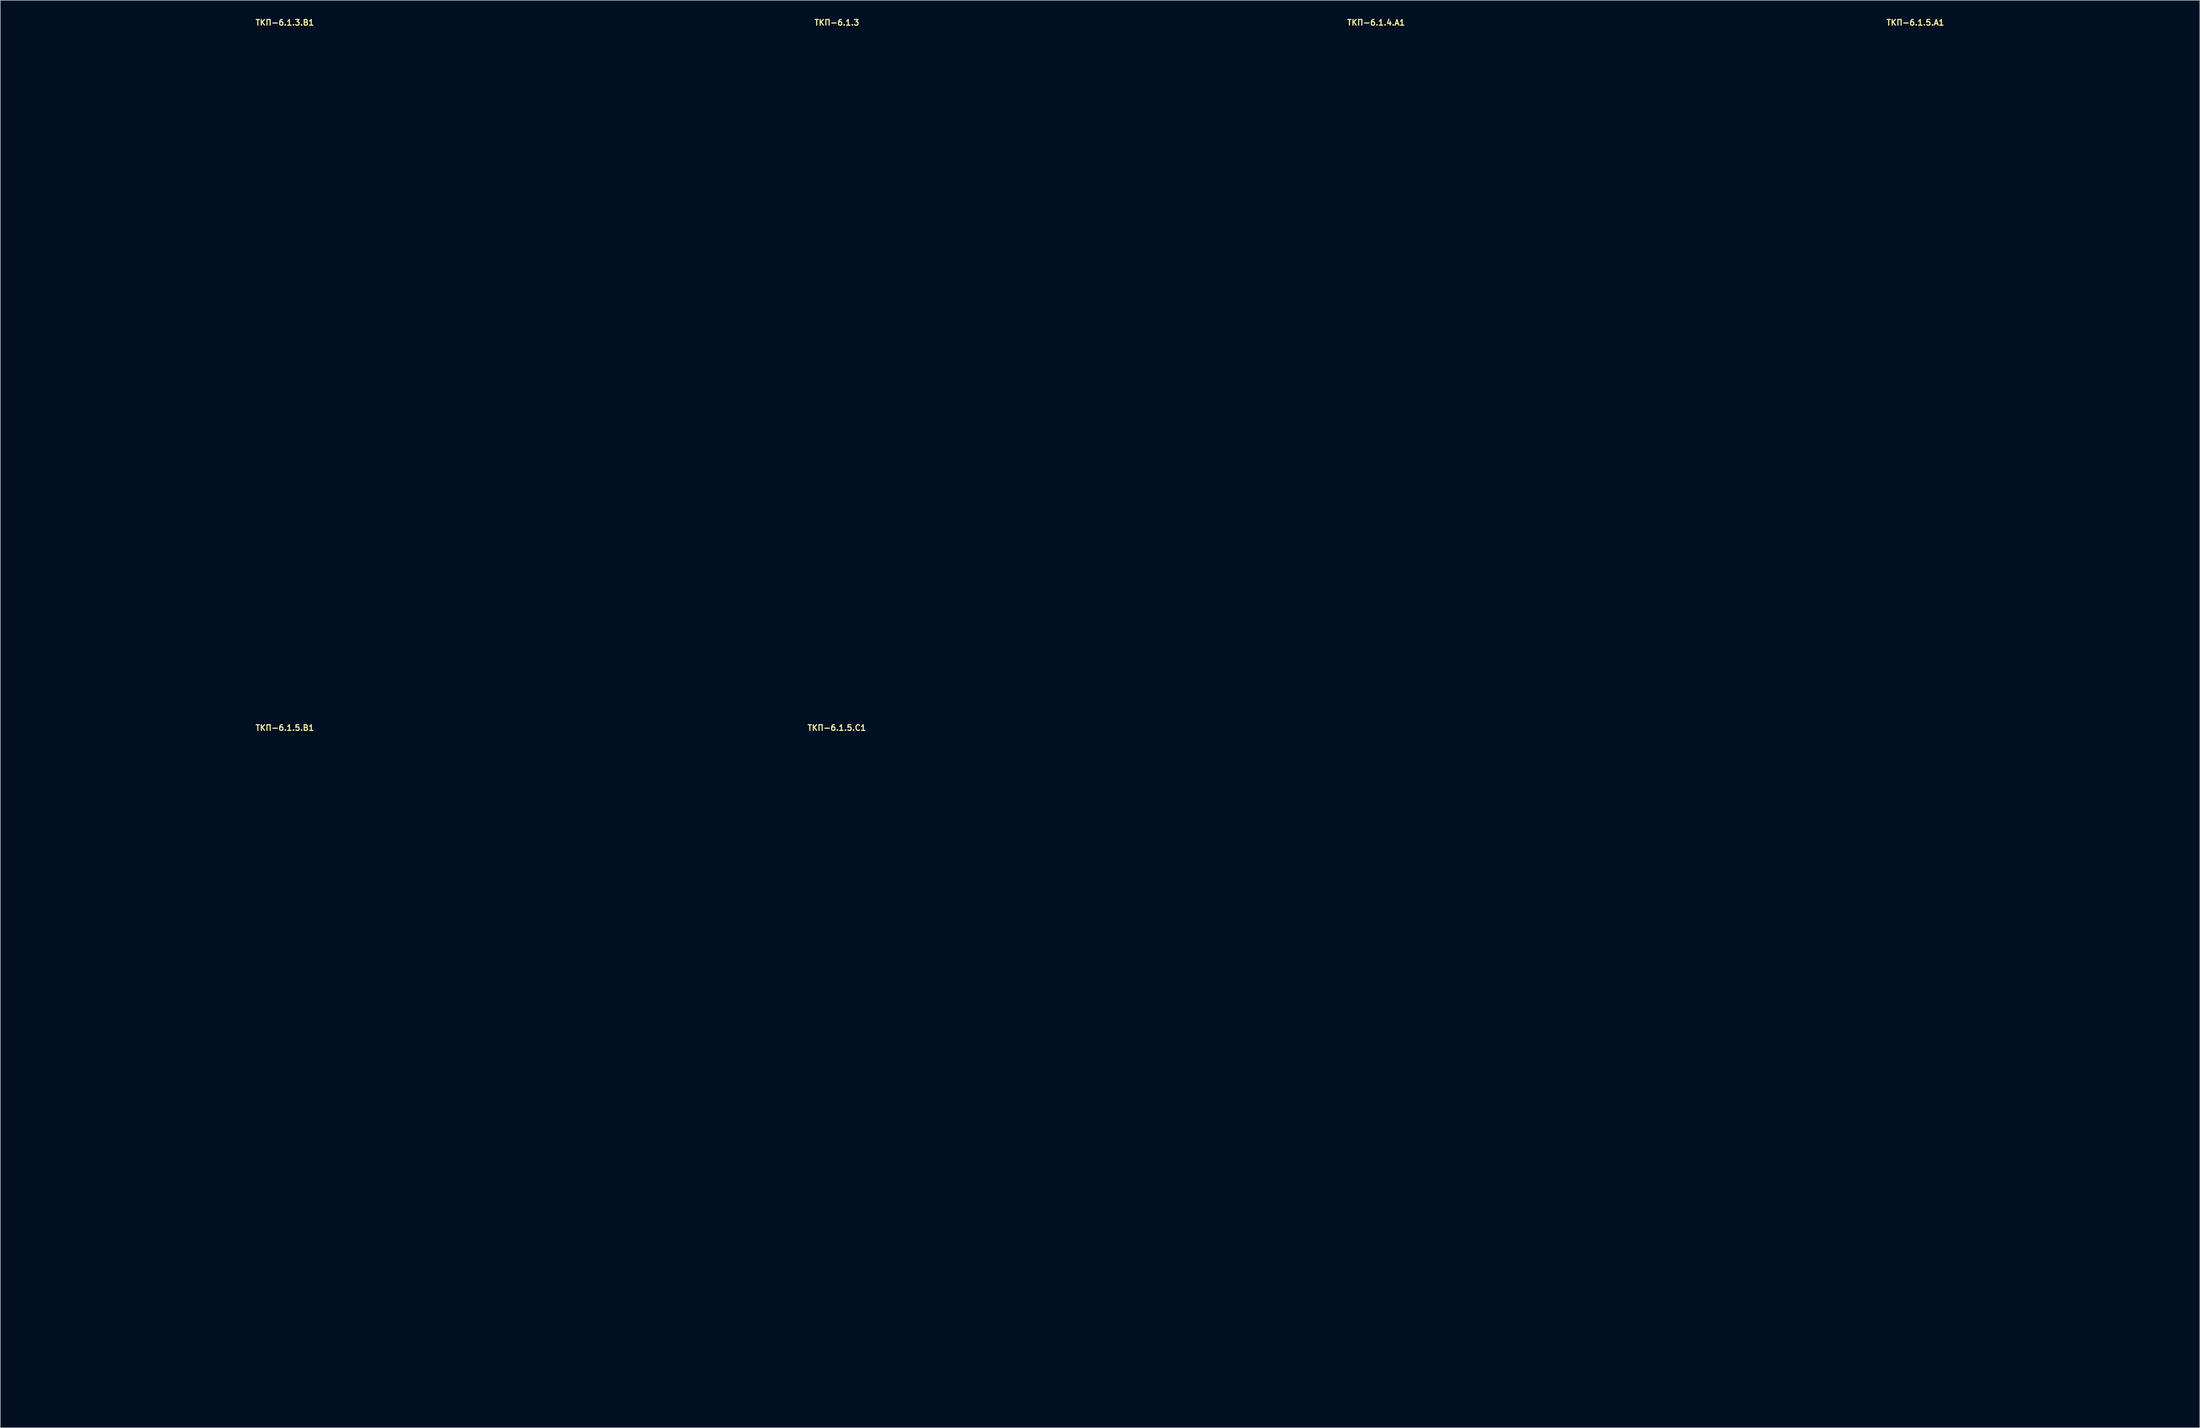
<source format=kicad_pcb>
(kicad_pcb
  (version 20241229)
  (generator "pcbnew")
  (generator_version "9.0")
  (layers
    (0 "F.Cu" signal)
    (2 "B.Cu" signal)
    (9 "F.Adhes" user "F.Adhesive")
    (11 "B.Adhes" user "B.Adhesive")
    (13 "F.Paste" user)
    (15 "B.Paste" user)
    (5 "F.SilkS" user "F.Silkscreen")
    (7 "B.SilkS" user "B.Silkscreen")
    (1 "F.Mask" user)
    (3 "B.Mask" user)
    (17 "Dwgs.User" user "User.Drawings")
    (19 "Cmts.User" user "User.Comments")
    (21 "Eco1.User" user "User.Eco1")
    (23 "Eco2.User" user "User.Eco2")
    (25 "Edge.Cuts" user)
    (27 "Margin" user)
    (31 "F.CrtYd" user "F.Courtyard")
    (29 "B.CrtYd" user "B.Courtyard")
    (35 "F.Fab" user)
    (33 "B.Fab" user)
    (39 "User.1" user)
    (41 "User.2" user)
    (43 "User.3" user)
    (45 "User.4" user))
  (footprint "ТКП-6.1.4.A1"
    (layer "F.Cu")
    (at 239.75 59.229)
    (property "Reference" "ТКП-6.1.4.A1" (at 0 -58.293 0) (layer "F.SilkS") (effects (font (size 1 1) (thickness 0.2))))
    (attr through_hole)
    (fp_line (start -44.75 -54.25) (end -44.75 14.29) (stroke (width 0.4) (type solid)) (layer "Eco1.User"))
    (fp_line (start -41.5 -57.5) (end 41.5 -57.5) (stroke (width 0.4) (type solid)) (layer "Eco1.User"))
    (fp_line (start -41.5 17.54) (end 41.5 17.54) (stroke (width 0.4) (type solid)) (layer "Eco1.User"))
    (fp_line (start 44.75 -54.25) (end 44.75 14.29) (stroke (width 0.4) (type solid)) (layer "Eco1.User"))
    (fp_arc (start -44.75 -54.25) (mid -43.798097 -56.548097) (end -41.5 -57.5) (stroke (width 0.4) (type solid)) (layer "Eco1.User"))
    (fp_arc (start -41.5 17.54) (mid -43.798097 16.588097) (end -44.75 14.29) (stroke (width 0.4) (type solid)) (layer "Eco1.User"))
    (fp_arc (start 41.5 -57.5) (mid 43.798097 -56.548097) (end 44.75 -54.25) (stroke (width 0.4) (type solid)) (layer "Eco1.User"))
    (fp_arc (start 44.75 14.29) (mid 43.798097 16.588097) (end 41.5 17.54) (stroke (width 0.4) (type solid)) (layer "Eco1.User"))
    (fp_circle (center -33.02 -31.55) (end -29.42 -31.55) (stroke (width 0.4) (type solid)) (fill no) (layer "Eco1.User"))
    (fp_circle (center -29.21 -52.07) (end -27.71 -52.07) (stroke (width 0.4) (type solid)) (fill no) (layer "Eco1.User"))
    (fp_circle (center -19.05 10.36) (end -17.55 10.36) (stroke (width 0.4) (type solid)) (fill no) (layer "Eco1.User"))
    (fp_circle (center -16.51 -10.16) (end -12.51 -10.16) (stroke (width 0.4) (type solid)) (fill no) (layer "Eco1.User"))
    (fp_circle (center -8.89 -52.07) (end -7.39 -52.07) (stroke (width 0.4) (type solid)) (fill no) (layer "Eco1.User"))
    (fp_circle (center 0 -31.55) (end 3.6 -31.55) (stroke (width 0.4) (type solid)) (fill no) (layer "Eco1.User"))
    (fp_circle (center 8.89 -52.07) (end 10.39 -52.07) (stroke (width 0.4) (type solid)) (fill no) (layer "Eco1.User"))
    (fp_circle (center 19.05 10.36) (end 20.55 10.36) (stroke (width 0.4) (type solid)) (fill no) (layer "Eco1.User"))
    (fp_circle (center 29.21 -52.07) (end 30.71 -52.07) (stroke (width 0.4) (type solid)) (fill no) (layer "Eco1.User"))
    (fp_circle (center 33.02 -31.55) (end 36.62 -31.55) (stroke (width 0.4) (type solid)) (fill no) (layer "Eco1.User")))
  (footprint "ТКП-6.1.5.B1"
    (layer "F.Cu")
    (at 47.2 185.98)
    (property "Reference" "ТКП-6.1.5.B1" (at 0 -60.579 0) (layer "F.SilkS") (effects (font (size 1 1) (thickness 0.2))))
    (attr through_hole)
    (fp_line (start -47 -56.65) (end -47 56.65) (stroke (width 0.4) (type solid)) (layer "Eco1.User"))
    (fp_line (start -43.9 -59.75) (end 43.9 -59.75) (stroke (width 0.4) (type solid)) (layer "Eco1.User"))
    (fp_line (start -43.9 59.75) (end 43.9 59.75) (stroke (width 0.4) (type solid)) (layer "Eco1.User"))
    (fp_line (start 47 -56.65) (end 47 56.65) (stroke (width 0.4) (type solid)) (layer "Eco1.User"))
    (fp_arc (start -47 -56.65) (mid -46.092031 -58.842031) (end -43.9 -59.75) (stroke (width 0.4) (type solid)) (layer "Eco1.User"))
    (fp_arc (start -43.9 59.75) (mid -46.092031 58.842031) (end -47 56.65) (stroke (width 0.4) (type solid)) (layer "Eco1.User"))
    (fp_arc (start 43.9 -59.75) (mid 46.092031 -58.842031) (end 47 -56.65) (stroke (width 0.4) (type solid)) (layer "Eco1.User"))
    (fp_arc (start 47 56.65) (mid 46.092031 58.842031) (end 43.9 59.75) (stroke (width 0.4) (type solid)) (layer "Eco1.User"))
    (fp_circle (center -39.37 -5.08) (end -37.87 -5.08) (stroke (width 0.4) (type solid)) (fill no) (layer "Eco1.User"))
    (fp_circle (center -38.6 -51.35) (end -36.6 -51.35) (stroke (width 0.4) (type solid)) (fill no) (layer "Eco1.User"))
    (fp_circle (center -38.6 51.35) (end -36.6 51.35) (stroke (width 0.4) (type solid)) (fill no) (layer "Eco1.User"))
    (fp_circle (center -33.02 -31.55) (end -29.42 -31.55) (stroke (width 0.4) (type solid)) (fill no) (layer "Eco1.User"))
    (fp_circle (center -29.21 -52.07) (end -27.71 -52.07) (stroke (width 0.4) (type solid)) (fill no) (layer "Eco1.User"))
    (fp_circle (center -26.67 -5.08) (end -23.67 -5.08) (stroke (width 0.4) (type solid)) (fill no) (layer "Eco1.User"))
    (fp_circle (center -8.89 -52.07) (end -7.39 -52.07) (stroke (width 0.4) (type solid)) (fill no) (layer "Eco1.User"))
    (fp_circle (center 0 -31.55) (end 3.6 -31.55) (stroke (width 0.4) (type solid)) (fill no) (layer "Eco1.User"))
    (fp_circle (center 0 -5.08) (end 3 -5.08) (stroke (width 0.4) (type solid)) (fill no) (layer "Eco1.User"))
    (fp_circle (center 0 13.97) (end 2.65 13.97) (stroke (width 0.4) (type solid)) (fill no) (layer "Eco1.User"))
    (fp_circle (center 0 29.21) (end 6 29.21) (stroke (width 0.4) (type solid)) (fill no) (layer "Eco1.User"))
    (fp_circle (center 8.89 -52.07) (end 10.39 -52.07) (stroke (width 0.4) (type solid)) (fill no) (layer "Eco1.User"))
    (fp_circle (center 26.67 -5.08) (end 29.67 -5.08) (stroke (width 0.4) (type solid)) (fill no) (layer "Eco1.User"))
    (fp_circle (center 29.21 -52.07) (end 30.71 -52.07) (stroke (width 0.4) (type solid)) (fill no) (layer "Eco1.User"))
    (fp_circle (center 33.02 -31.55) (end 36.62 -31.55) (stroke (width 0.4) (type solid)) (fill no) (layer "Eco1.User"))
    (fp_circle (center 38.6 -51.35) (end 40.6 -51.35) (stroke (width 0.4) (type solid)) (fill no) (layer "Eco1.User"))
    (fp_circle (center 38.6 51.35) (end 40.6 51.35) (stroke (width 0.4) (type solid)) (fill no) (layer "Eco1.User"))
    (fp_circle (center 39.37 -5.08) (end 40.87 -5.08) (stroke (width 0.4) (type solid)) (fill no) (layer "Eco1.User")))
  (footprint "ТКП-6.1.5.C1"
    (layer "F.Cu")
    (at 144.6 185.98)
    (property "Reference" "ТКП-6.1.5.C1" (at 0 -60.579 0) (layer "F.SilkS") (effects (font (size 1 1) (thickness 0.2))))
    (attr through_hole)
    (fp_line (start -47 -56.65) (end -47 56.65) (stroke (width 0.4) (type solid)) (layer "Eco1.User"))
    (fp_line (start -43.9 -59.75) (end 43.9 -59.75) (stroke (width 0.4) (type solid)) (layer "Eco1.User"))
    (fp_line (start -43.9 59.75) (end 43.9 59.75) (stroke (width 0.4) (type solid)) (layer "Eco1.User"))
    (fp_line (start 47 -56.65) (end 47 56.65) (stroke (width 0.4) (type solid)) (layer "Eco1.User"))
    (fp_arc (start -47 -56.65) (mid -46.092031 -58.842031) (end -43.9 -59.75) (stroke (width 0.4) (type solid)) (layer "Eco1.User"))
    (fp_arc (start -43.9 59.75) (mid -46.092031 58.842031) (end -47 56.65) (stroke (width 0.4) (type solid)) (layer "Eco1.User"))
    (fp_arc (start 43.9 -59.75) (mid 46.092031 -58.842031) (end 47 -56.65) (stroke (width 0.4) (type solid)) (layer "Eco1.User"))
    (fp_arc (start 47 56.65) (mid 46.092031 58.842031) (end 43.9 59.75) (stroke (width 0.4) (type solid)) (layer "Eco1.User"))
    (fp_circle (center -38.6 -51.35) (end -36.6 -51.35) (stroke (width 0.4) (type solid)) (fill no) (layer "Eco1.User"))
    (fp_circle (center -38.6 51.35) (end -36.6 51.35) (stroke (width 0.4) (type solid)) (fill no) (layer "Eco1.User"))
    (fp_circle (center -33.02 -31.55) (end -29.42 -31.55) (stroke (width 0.4) (type solid)) (fill no) (layer "Eco1.User"))
    (fp_circle (center -33.02 -4.88) (end -29.42 -4.88) (stroke (width 0.4) (type solid)) (fill no) (layer "Eco1.User"))
    (fp_circle (center -29.21 -52.07) (end -27.71 -52.07) (stroke (width 0.4) (type solid)) (fill no) (layer "Eco1.User"))
    (fp_circle (center -8.89 -52.07) (end -7.39 -52.07) (stroke (width 0.4) (type solid)) (fill no) (layer "Eco1.User"))
    (fp_circle (center 0 -31.55) (end 3.6 -31.55) (stroke (width 0.4) (type solid)) (fill no) (layer "Eco1.User"))
    (fp_circle (center 0 -4.88) (end 3.6 -4.88) (stroke (width 0.4) (type solid)) (fill no) (layer "Eco1.User"))
    (fp_circle (center 0 13.97) (end 2.65 13.97) (stroke (width 0.4) (type solid)) (fill no) (layer "Eco1.User"))
    (fp_circle (center 0 29.21) (end 6 29.21) (stroke (width 0.4) (type solid)) (fill no) (layer "Eco1.User"))
    (fp_circle (center 8.89 -52.07) (end 10.39 -52.07) (stroke (width 0.4) (type solid)) (fill no) (layer "Eco1.User"))
    (fp_circle (center 29.21 -52.07) (end 30.71 -52.07) (stroke (width 0.4) (type solid)) (fill no) (layer "Eco1.User"))
    (fp_circle (center 33.02 -31.55) (end 36.62 -31.55) (stroke (width 0.4) (type solid)) (fill no) (layer "Eco1.User"))
    (fp_circle (center 33.02 -4.88) (end 36.62 -4.88) (stroke (width 0.4) (type solid)) (fill no) (layer "Eco1.User"))
    (fp_circle (center 38.6 -51.35) (end 40.6 -51.35) (stroke (width 0.4) (type solid)) (fill no) (layer "Eco1.User"))
    (fp_circle (center 38.6 51.35) (end 40.6 51.35) (stroke (width 0.4) (type solid)) (fill no) (layer "Eco1.User")))
  (footprint "ТКП-6.1.3.B1"
    (layer "F.Cu")
    (at 47.2 61.515)
    (property "Reference" "ТКП-6.1.3.B1" (at 0 -60.579 0) (layer "F.SilkS") (effects (font (size 1 1) (thickness 0.2))))
    (attr through_hole)
    (fp_line (start -47 -56.65) (end -47 56.65) (stroke (width 0.4) (type solid)) (layer "Eco1.User"))
    (fp_line (start -43.9 -59.75) (end 43.9 -59.75) (stroke (width 0.4) (type solid)) (layer "Eco1.User"))
    (fp_line (start -43.9 59.75) (end 43.9 59.75) (stroke (width 0.4) (type solid)) (layer "Eco1.User"))
    (fp_line (start 47 -56.65) (end 47 56.65) (stroke (width 0.4) (type solid)) (layer "Eco1.User"))
    (fp_arc (start -47 -56.65) (mid -46.092031 -58.842031) (end -43.9 -59.75) (stroke (width 0.4) (type solid)) (layer "Eco1.User"))
    (fp_arc (start -43.9 59.75) (mid -46.092031 58.842031) (end -47 56.65) (stroke (width 0.4) (type solid)) (layer "Eco1.User"))
    (fp_arc (start 43.9 -59.75) (mid 46.092031 -58.842031) (end 47 -56.65) (stroke (width 0.4) (type solid)) (layer "Eco1.User"))
    (fp_arc (start 47 56.65) (mid 46.092031 58.842031) (end 43.9 59.75) (stroke (width 0.4) (type solid)) (layer "Eco1.User"))
    (fp_circle (center -38.6 -51.35) (end -37.1 -51.35) (stroke (width 0.4) (type solid)) (fill no) (layer "Eco1.User"))
    (fp_circle (center -38.6 51.35) (end -37.1 51.35) (stroke (width 0.4) (type solid)) (fill no) (layer "Eco1.User"))
    (fp_circle (center -33.02 -31.55) (end -29.42 -31.55) (stroke (width 0.4) (type solid)) (fill no) (layer "Eco1.User"))
    (fp_circle (center -29.21 -52.07) (end -27.71 -52.07) (stroke (width 0.4) (type solid)) (fill no) (layer "Eco1.User"))
    (fp_circle (center -8.89 -52.07) (end -7.39 -52.07) (stroke (width 0.4) (type solid)) (fill no) (layer "Eco1.User"))
    (fp_circle (center 0 -31.55) (end 3.6 -31.55) (stroke (width 0.4) (type solid)) (fill no) (layer "Eco1.User"))
    (fp_circle (center 0 13.97) (end 2.65 13.97) (stroke (width 0.4) (type solid)) (fill no) (layer "Eco1.User"))
    (fp_circle (center 0 29.21) (end 6 29.21) (stroke (width 0.4) (type solid)) (fill no) (layer "Eco1.User"))
    (fp_circle (center 8.89 -52.07) (end 10.39 -52.07) (stroke (width 0.4) (type solid)) (fill no) (layer "Eco1.User"))
    (fp_circle (center 29.21 -52.07) (end 30.71 -52.07) (stroke (width 0.4) (type solid)) (fill no) (layer "Eco1.User"))
    (fp_circle (center 33.02 -31.55) (end 36.62 -31.55) (stroke (width 0.4) (type solid)) (fill no) (layer "Eco1.User"))
    (fp_circle (center 38.6 -51.35) (end 40.1 -51.35) (stroke (width 0.4) (type solid)) (fill no) (layer "Eco1.User"))
    (fp_circle (center 38.6 51.35) (end 40.1 51.35) (stroke (width 0.4) (type solid)) (fill no) (layer "Eco1.User")))
  (footprint "ТКП-6.1.5.A1"
    (layer "F.Cu")
    (at 334.9 61.515)
    (property "Reference" "ТКП-6.1.5.A1" (at 0 -60.579 0) (layer "F.SilkS") (effects (font (size 1 1) (thickness 0.2))))
    (attr through_hole)
    (fp_line (start -47 -56.65) (end -47 56.65) (stroke (width 0.4) (type solid)) (layer "Eco1.User"))
    (fp_line (start -43.9 -59.75) (end 43.9 -59.75) (stroke (width 0.4) (type solid)) (layer "Eco1.User"))
    (fp_line (start -43.9 59.75) (end 43.9 59.75) (stroke (width 0.4) (type solid)) (layer "Eco1.User"))
    (fp_line (start 47 -56.65) (end 47 56.65) (stroke (width 0.4) (type solid)) (layer "Eco1.User"))
    (fp_arc (start -47 -56.65) (mid -46.092031 -58.842031) (end -43.9 -59.75) (stroke (width 0.4) (type solid)) (layer "Eco1.User"))
    (fp_arc (start -43.9 59.75) (mid -46.092031 58.842031) (end -47 56.65) (stroke (width 0.4) (type solid)) (layer "Eco1.User"))
    (fp_arc (start 43.9 -59.75) (mid 46.092031 -58.842031) (end 47 -56.65) (stroke (width 0.4) (type solid)) (layer "Eco1.User"))
    (fp_arc (start 47 56.65) (mid 46.092031 58.842031) (end 43.9 59.75) (stroke (width 0.4) (type solid)) (layer "Eco1.User"))
    (fp_circle (center -38.6 -51.35) (end -36.6 -51.35) (stroke (width 0.4) (type solid)) (fill no) (layer "Eco1.User"))
    (fp_circle (center -38.6 51.35) (end -36.6 51.35) (stroke (width 0.4) (type solid)) (fill no) (layer "Eco1.User"))
    (fp_circle (center -33.02 -31.55) (end -29.42 -31.55) (stroke (width 0.4) (type solid)) (fill no) (layer "Eco1.User"))
    (fp_circle (center -29.21 -52.07) (end -27.71 -52.07) (stroke (width 0.4) (type solid)) (fill no) (layer "Eco1.User"))
    (fp_circle (center -19.05 10.36) (end -17.55 10.36) (stroke (width 0.4) (type solid)) (fill no) (layer "Eco1.User"))
    (fp_circle (center -16.51 -10.16) (end -13.51 -10.16) (stroke (width 0.4) (type solid)) (fill no) (layer "Eco1.User"))
    (fp_circle (center -8.89 -52.07) (end -7.39 -52.07) (stroke (width 0.4) (type solid)) (fill no) (layer "Eco1.User"))
    (fp_circle (center 0 -31.55) (end 3.6 -31.55) (stroke (width 0.4) (type solid)) (fill no) (layer "Eco1.User"))
    (fp_circle (center 0 30.48) (end 2.65 30.48) (stroke (width 0.4) (type solid)) (fill no) (layer "Eco1.User"))
    (fp_circle (center 0 45.72) (end 6 45.72) (stroke (width 0.4) (type solid)) (fill no) (layer "Eco1.User"))
    (fp_circle (center 8.89 -52.07) (end 10.39 -52.07) (stroke (width 0.4) (type solid)) (fill no) (layer "Eco1.User"))
    (fp_circle (center 19.05 10.36) (end 20.55 10.36) (stroke (width 0.4) (type solid)) (fill no) (layer "Eco1.User"))
    (fp_circle (center 29.21 -52.07) (end 30.71 -52.07) (stroke (width 0.4) (type solid)) (fill no) (layer "Eco1.User"))
    (fp_circle (center 33.02 -31.55) (end 36.62 -31.55) (stroke (width 0.4) (type solid)) (fill no) (layer "Eco1.User"))
    (fp_circle (center 38.6 -51.35) (end 40.6 -51.35) (stroke (width 0.4) (type solid)) (fill no) (layer "Eco1.User"))
    (fp_circle (center 38.6 51.35) (end 40.6 51.35) (stroke (width 0.4) (type solid)) (fill no) (layer "Eco1.User")))
  (footprint "ТКП-6.1.3"
    (layer "F.Cu")
    (at 144.6 61.515)
    (property "Reference" "ТКП-6.1.3" (at 0 -60.579 0) (layer "F.SilkS") (effects (font (size 1 1) (thickness 0.2))))
    (attr through_hole)
    (fp_line (start -47 -56.65) (end -47 56.65) (stroke (width 0.4) (type solid)) (layer "Eco1.User"))
    (fp_line (start -43.9 -59.75) (end 43.9 -59.75) (stroke (width 0.4) (type solid)) (layer "Eco1.User"))
    (fp_line (start -43.9 59.75) (end 43.9 59.75) (stroke (width 0.4) (type solid)) (layer "Eco1.User"))
    (fp_line (start 47 -56.65) (end 47 56.65) (stroke (width 0.4) (type solid)) (layer "Eco1.User"))
    (fp_arc (start -47 -56.65) (mid -46.092031 -58.842031) (end -43.9 -59.75) (stroke (width 0.4) (type solid)) (layer "Eco1.User"))
    (fp_arc (start -43.9 59.75) (mid -46.092031 58.842031) (end -47 56.65) (stroke (width 0.4) (type solid)) (layer "Eco1.User"))
    (fp_arc (start 43.9 -59.75) (mid 46.092031 -58.842031) (end 47 -56.65) (stroke (width 0.4) (type solid)) (layer "Eco1.User"))
    (fp_arc (start 47 56.65) (mid 46.092031 58.842031) (end 43.9 59.75) (stroke (width 0.4) (type solid)) (layer "Eco1.User"))
    (fp_circle (center -38.6 -51.35) (end -37.1 -51.35) (stroke (width 0.4) (type solid)) (fill no) (layer "Eco1.User"))
    (fp_circle (center -38.6 51.35) (end -37.1 51.35) (stroke (width 0.4) (type solid)) (fill no) (layer "Eco1.User"))
    (fp_circle (center 38.6 -51.35) (end 40.1 -51.35) (stroke (width 0.4) (type solid)) (fill no) (layer "Eco1.User"))
    (fp_circle (center 38.6 51.35) (end 40.1 51.35) (stroke (width 0.4) (type solid)) (fill no) (layer "Eco1.User")))
  (gr_rect
    (start -3 -3)
    (end 385.1 248.93)
    (stroke (width 0.1) (type default))
    (fill no)
    (layer "Edge.Cuts")))
</source>
